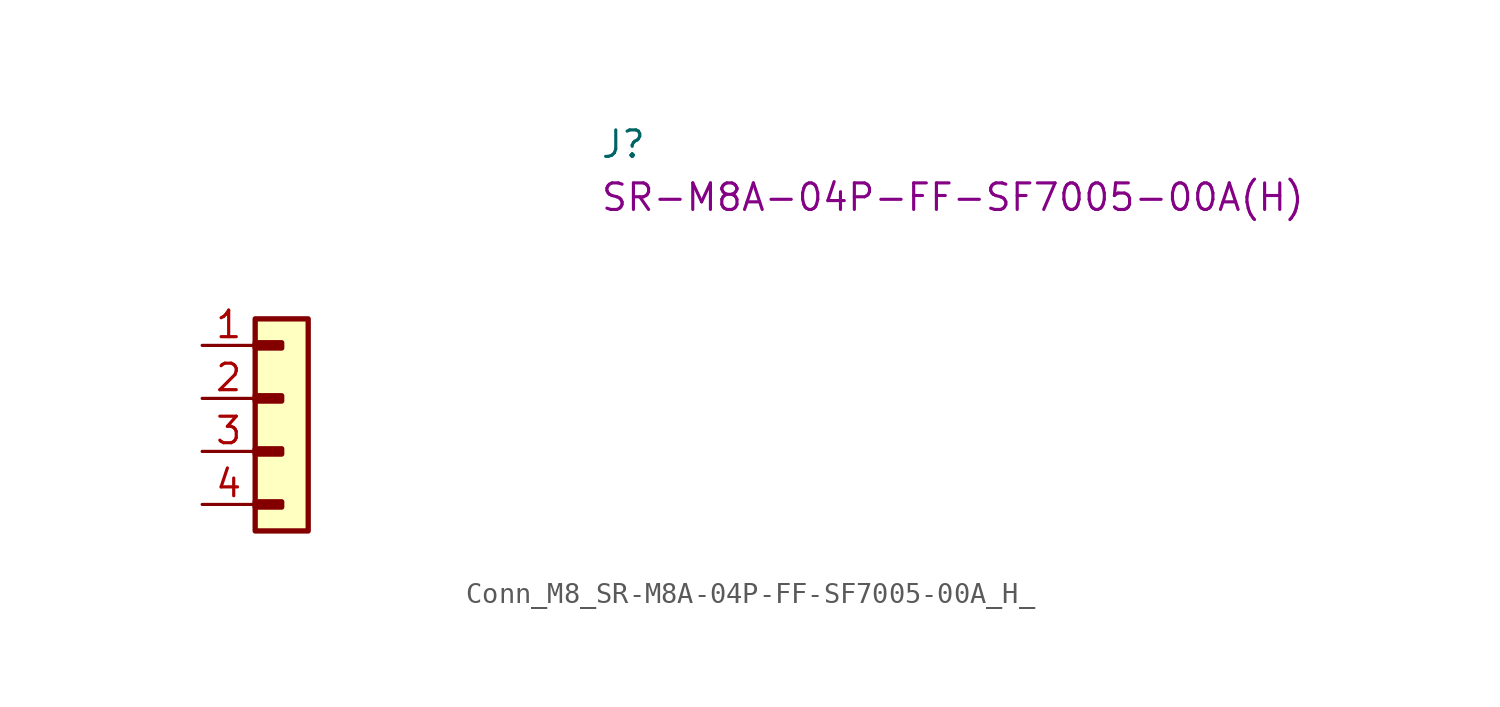
<source format=kicad_sym>
(kicad_symbol_lib
  (version 20220914)
  (generator kicad_symbol_editor)
  (symbol "Conn_M8_SR-M8A-04P-FF-SF7005-00A_H_"
    (property "Reference" "J"
      (at 19.05 8.89 0)
      (effects (font (size 1.27 1.27) (thickness 0.15)) (justify left bottom)))
    (property "MPN" "SR-M8A-04P-FF-SF7005-00A(H)"
      (at 19.05 6.35 0)
      (effects (font (size 1.27 1.27) (thickness 0.15)) (justify left bottom)))
    (symbol "Conn_M8_SR-M8A-04P-FF-SF7005-00A_H__1_1"
      (rectangle (start 2.54 -7.493) (end 3.81 -7.747) (stroke (width 0.254) (type default)) (fill (type background)))
      (rectangle (start 2.54 -4.953) (end 3.81 -5.207) (stroke (width 0.254) (type default)) (fill (type background)))
      (rectangle (start 2.54 -2.413) (end 3.81 -2.667) (stroke (width 0.254) (type default)) (fill (type background)))
      (rectangle (start 2.54 0.127) (end 3.81 -0.127) (stroke (width 0.254) (type default)) (fill (type background)))
      (rectangle (start 2.54 1.27) (end 5.08 -8.89) (stroke (width 0.254) (type default)) (fill (type background)))
      (pin passive line (at 0 0 0) (length 2.54) (name "~" (effects (font (size 1.27 1.27)))) (number "1" (effects (font (size 1.27 1.27)))))
      (pin passive line (at 0 -2.54 0) (length 2.54) (name "~" (effects (font (size 1.27 1.27)))) (number "2" (effects (font (size 1.27 1.27)))))
      (pin passive line (at 0 -5.08 0) (length 2.54) (name "~" (effects (font (size 1.27 1.27)))) (number "3" (effects (font (size 1.27 1.27)))))
      (pin passive line (at 0 -7.62 0) (length 2.54) (name "~" (effects (font (size 1.27 1.27)))) (number "4" (effects (font (size 1.27 1.27))))))))
</source>
